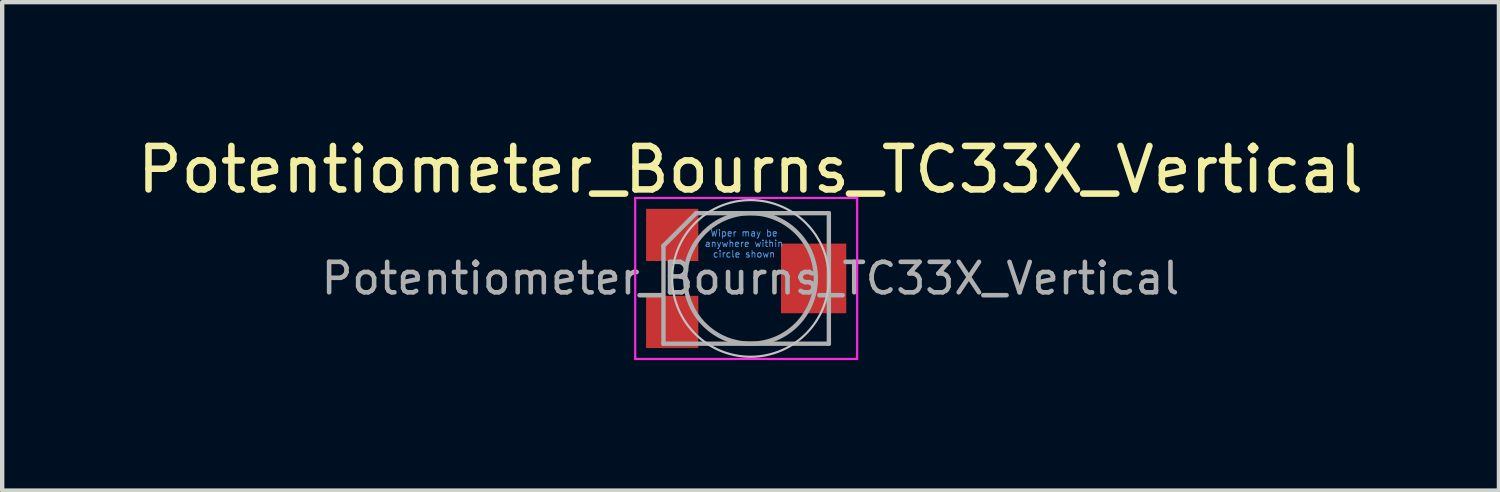
<source format=kicad_pcb>
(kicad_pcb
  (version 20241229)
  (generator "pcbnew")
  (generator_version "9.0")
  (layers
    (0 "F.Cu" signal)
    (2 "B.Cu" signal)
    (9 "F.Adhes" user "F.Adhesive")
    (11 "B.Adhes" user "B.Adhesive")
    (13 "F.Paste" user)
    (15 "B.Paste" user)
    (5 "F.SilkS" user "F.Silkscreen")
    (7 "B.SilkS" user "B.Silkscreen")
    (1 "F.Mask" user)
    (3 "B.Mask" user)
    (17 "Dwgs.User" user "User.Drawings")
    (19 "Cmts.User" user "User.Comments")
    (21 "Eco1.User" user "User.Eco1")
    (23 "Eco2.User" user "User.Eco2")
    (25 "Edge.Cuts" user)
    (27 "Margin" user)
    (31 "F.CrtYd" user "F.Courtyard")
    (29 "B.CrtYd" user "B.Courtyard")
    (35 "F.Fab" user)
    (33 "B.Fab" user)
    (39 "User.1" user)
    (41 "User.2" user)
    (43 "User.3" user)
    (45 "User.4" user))
  (footprint "Potentiometer_Bourns_TC33X_Vertical"
    (layer "F.Cu")
    (at 14.196 3.348)
    (property "Reference" "Potentiometer_Bourns_TC33X_Vertical" (at 0 -2.5 0) (layer "F.SilkS") (effects (font (size 1 1) (thickness 0.15))))
    (attr smd)
    (fp_circle (center 0 0) (end 1.8 0) (stroke (width 0.05) (type solid)) (fill no) (layer "Dwgs.User"))
    (fp_line (start -2.65 -1.85) (end 2.45 -1.85) (stroke (width 0.05) (type solid)) (layer "F.CrtYd"))
    (fp_line (start -2.65 1.85) (end -2.65 -1.85) (stroke (width 0.05) (type solid)) (layer "F.CrtYd"))
    (fp_line (start 2.45 -1.85) (end 2.45 1.85) (stroke (width 0.05) (type solid)) (layer "F.CrtYd"))
    (fp_line (start 2.45 1.85) (end -2.65 1.85) (stroke (width 0.05) (type solid)) (layer "F.CrtYd"))
    (fp_line (start -2 -0.75) (end -2 1.5) (stroke (width 0.1) (type solid)) (layer "F.Fab"))
    (fp_line (start -2 1.5) (end 1.8 1.5) (stroke (width 0.1) (type solid)) (layer "F.Fab"))
    (fp_line (start -1.25 -1.5) (end -2 -0.75) (stroke (width 0.1) (type solid)) (layer "F.Fab"))
    (fp_line (start 1.8 -1.5) (end -1.25 -1.5) (stroke (width 0.1) (type solid)) (layer "F.Fab"))
    (fp_line (start 1.8 1.5) (end 1.8 -1.5) (stroke (width 0.1) (type solid)) (layer "F.Fab"))
    (fp_circle (center 0 0) (end 1.5 0) (stroke (width 0.1) (type solid)) (fill no) (layer "F.Fab"))
    (fp_text user "Wiper may be\nanywhere within\ncircle shown" (at -0.15 -0.8 0) (layer "Cmts.User") (effects (font (size 0.15 0.15) (thickness 0.02))))
    (fp_text user "${REFERENCE}" (at 0 0 0) (layer "F.Fab") (effects (font (size 0.7 0.7) (thickness 0.105))))
    (pad "1" smd rect (at -1.8 -1) (size 1.2 1.2) (layers "F.Cu" "F.Mask" "F.Paste"))
    (pad "2" smd rect (at 1.45 0) (size 1.5 1.6) (layers "F.Cu" "F.Mask" "F.Paste"))
    (pad "3" smd rect (at -1.8 1) (size 1.2 1.2) (layers "F.Cu" "F.Mask" "F.Paste")))
  (gr_rect
    (start -3 -3)
    (end 31.393 8.223)
    (stroke (width 0.1) (type default))
    (fill no)
    (layer "Edge.Cuts")))
</source>
